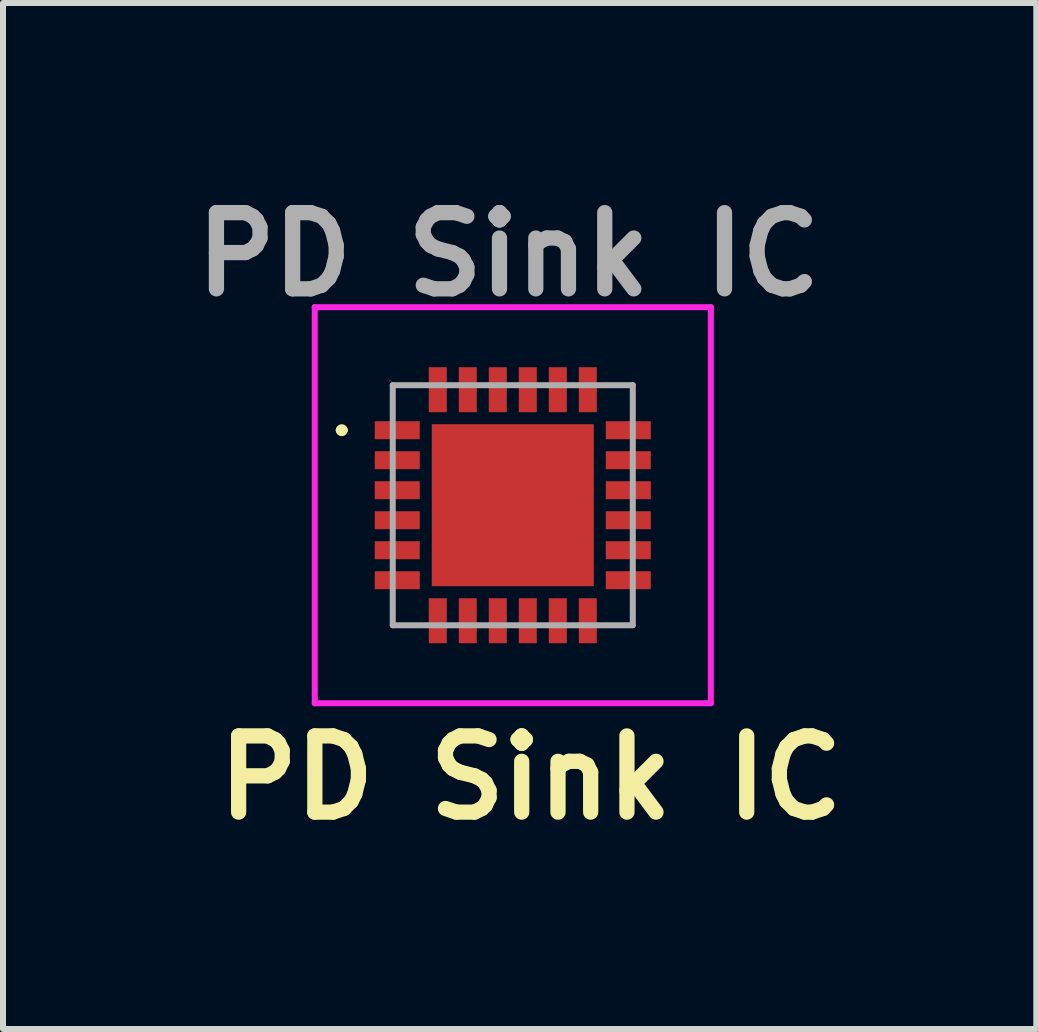
<source format=kicad_pcb>
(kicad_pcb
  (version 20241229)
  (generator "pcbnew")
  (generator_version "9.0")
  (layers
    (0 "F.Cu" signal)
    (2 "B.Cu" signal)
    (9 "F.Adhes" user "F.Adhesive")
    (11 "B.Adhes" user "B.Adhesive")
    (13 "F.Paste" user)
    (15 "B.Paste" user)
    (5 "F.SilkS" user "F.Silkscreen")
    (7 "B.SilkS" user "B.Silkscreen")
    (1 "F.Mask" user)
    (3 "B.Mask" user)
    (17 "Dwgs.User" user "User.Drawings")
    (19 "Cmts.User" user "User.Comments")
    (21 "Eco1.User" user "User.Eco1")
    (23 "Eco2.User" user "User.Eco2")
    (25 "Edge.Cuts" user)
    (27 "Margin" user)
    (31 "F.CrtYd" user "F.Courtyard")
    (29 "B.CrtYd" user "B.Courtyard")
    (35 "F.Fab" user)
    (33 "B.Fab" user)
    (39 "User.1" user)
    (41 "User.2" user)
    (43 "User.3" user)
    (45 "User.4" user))
  (footprint "PD Sink IC"
    (layer "F.Cu")
    (at 5.495 5.369)
    (property "Reference" "PD Sink IC" (at 0.3 4.54 0) (layer "F.SilkS") (effects (font (size 1.27 1.27) (thickness 0.254))))
    (attr smd)
    (fp_line (start -2.9 -1.25) (end -2.9 -1.25) (stroke (width 0.1) (type solid)) (layer "F.SilkS"))
    (fp_line (start -2.8 -1.25) (end -2.8 -1.25) (stroke (width 0.1) (type solid)) (layer "F.SilkS"))
    (fp_arc (start -2.9 -1.25) (mid -2.85 -1.3) (end -2.8 -1.25) (stroke (width 0.1) (type solid)) (layer "F.SilkS"))
    (fp_arc (start -2.8 -1.25) (mid -2.85 -1.2) (end -2.9 -1.25) (stroke (width 0.1) (type solid)) (layer "F.SilkS"))
    (fp_line (start -3.3 -3.3) (end 3.3 -3.3) (stroke (width 0.1) (type solid)) (layer "F.CrtYd"))
    (fp_line (start -3.3 3.3) (end -3.3 -3.3) (stroke (width 0.1) (type solid)) (layer "F.CrtYd"))
    (fp_line (start 3.3 -3.3) (end 3.3 3.3) (stroke (width 0.1) (type solid)) (layer "F.CrtYd"))
    (fp_line (start 3.3 3.3) (end -3.3 3.3) (stroke (width 0.1) (type solid)) (layer "F.CrtYd"))
    (fp_line (start -2 -2) (end 2 -2) (stroke (width 0.1) (type solid)) (layer "F.Fab"))
    (fp_line (start -2 2) (end -2 -2) (stroke (width 0.1) (type solid)) (layer "F.Fab"))
    (fp_line (start 2 -2) (end 2 2) (stroke (width 0.1) (type solid)) (layer "F.Fab"))
    (fp_line (start 2 2) (end -2 2) (stroke (width 0.1) (type solid)) (layer "F.Fab"))
    (fp_text user "${REFERENCE}" (at -0.07 -4.18 0) (layer "F.Fab") (effects (font (size 1.27 1.27) (thickness 0.254))))
    (pad "1" smd rect (at -1.925 -1.25 90) (size 0.3 0.75) (layers "F.Cu" "F.Mask" "F.Paste"))
    (pad "2" smd rect (at -1.925 -0.75 90) (size 0.3 0.75) (layers "F.Cu" "F.Mask" "F.Paste"))
    (pad "3" smd rect (at -1.925 -0.25 90) (size 0.3 0.75) (layers "F.Cu" "F.Mask" "F.Paste"))
    (pad "4" smd rect (at -1.925 0.25 90) (size 0.3 0.75) (layers "F.Cu" "F.Mask" "F.Paste"))
    (pad "5" smd rect (at -1.925 0.75 90) (size 0.3 0.75) (layers "F.Cu" "F.Mask" "F.Paste"))
    (pad "6" smd rect (at -1.925 1.25 90) (size 0.3 0.75) (layers "F.Cu" "F.Mask" "F.Paste"))
    (pad "7" smd rect (at -1.25 1.925) (size 0.3 0.75) (layers "F.Cu" "F.Mask" "F.Paste"))
    (pad "8" smd rect (at -0.75 1.925) (size 0.3 0.75) (layers "F.Cu" "F.Mask" "F.Paste"))
    (pad "9" smd rect (at -0.25 1.925) (size 0.3 0.75) (layers "F.Cu" "F.Mask" "F.Paste"))
    (pad "10" smd rect (at 0.25 1.925) (size 0.3 0.75) (layers "F.Cu" "F.Mask" "F.Paste"))
    (pad "11" smd rect (at 0.75 1.925) (size 0.3 0.75) (layers "F.Cu" "F.Mask" "F.Paste"))
    (pad "12" smd rect (at 1.25 1.925) (size 0.3 0.75) (layers "F.Cu" "F.Mask" "F.Paste"))
    (pad "13" smd rect (at 1.925 1.25 90) (size 0.3 0.75) (layers "F.Cu" "F.Mask" "F.Paste"))
    (pad "14" smd rect (at 1.925 0.75 90) (size 0.3 0.75) (layers "F.Cu" "F.Mask" "F.Paste"))
    (pad "15" smd rect (at 1.925 0.25 90) (size 0.3 0.75) (layers "F.Cu" "F.Mask" "F.Paste"))
    (pad "16" smd rect (at 1.925 -0.25 90) (size 0.3 0.75) (layers "F.Cu" "F.Mask" "F.Paste"))
    (pad "17" smd rect (at 1.925 -0.75 90) (size 0.3 0.75) (layers "F.Cu" "F.Mask" "F.Paste"))
    (pad "18" smd rect (at 1.925 -1.25 90) (size 0.3 0.75) (layers "F.Cu" "F.Mask" "F.Paste"))
    (pad "19" smd rect (at 1.25 -1.925) (size 0.3 0.75) (layers "F.Cu" "F.Mask" "F.Paste"))
    (pad "20" smd rect (at 0.75 -1.925) (size 0.3 0.75) (layers "F.Cu" "F.Mask" "F.Paste"))
    (pad "21" smd rect (at 0.25 -1.925) (size 0.3 0.75) (layers "F.Cu" "F.Mask" "F.Paste"))
    (pad "22" smd rect (at -0.25 -1.925) (size 0.3 0.75) (layers "F.Cu" "F.Mask" "F.Paste"))
    (pad "23" smd rect (at -0.75 -1.925) (size 0.3 0.75) (layers "F.Cu" "F.Mask" "F.Paste"))
    (pad "24" smd rect (at -1.25 -1.925) (size 0.3 0.75) (layers "F.Cu" "F.Mask" "F.Paste"))
    (pad "25" smd rect (at 0 0 90) (size 2.7 2.7) (layers "F.Cu" "F.Mask" "F.Paste")))
  (gr_rect
    (start -3 -3)
    (end 14.219 14.097)
    (stroke (width 0.1) (type default))
    (fill no)
    (layer "Edge.Cuts")))
</source>
